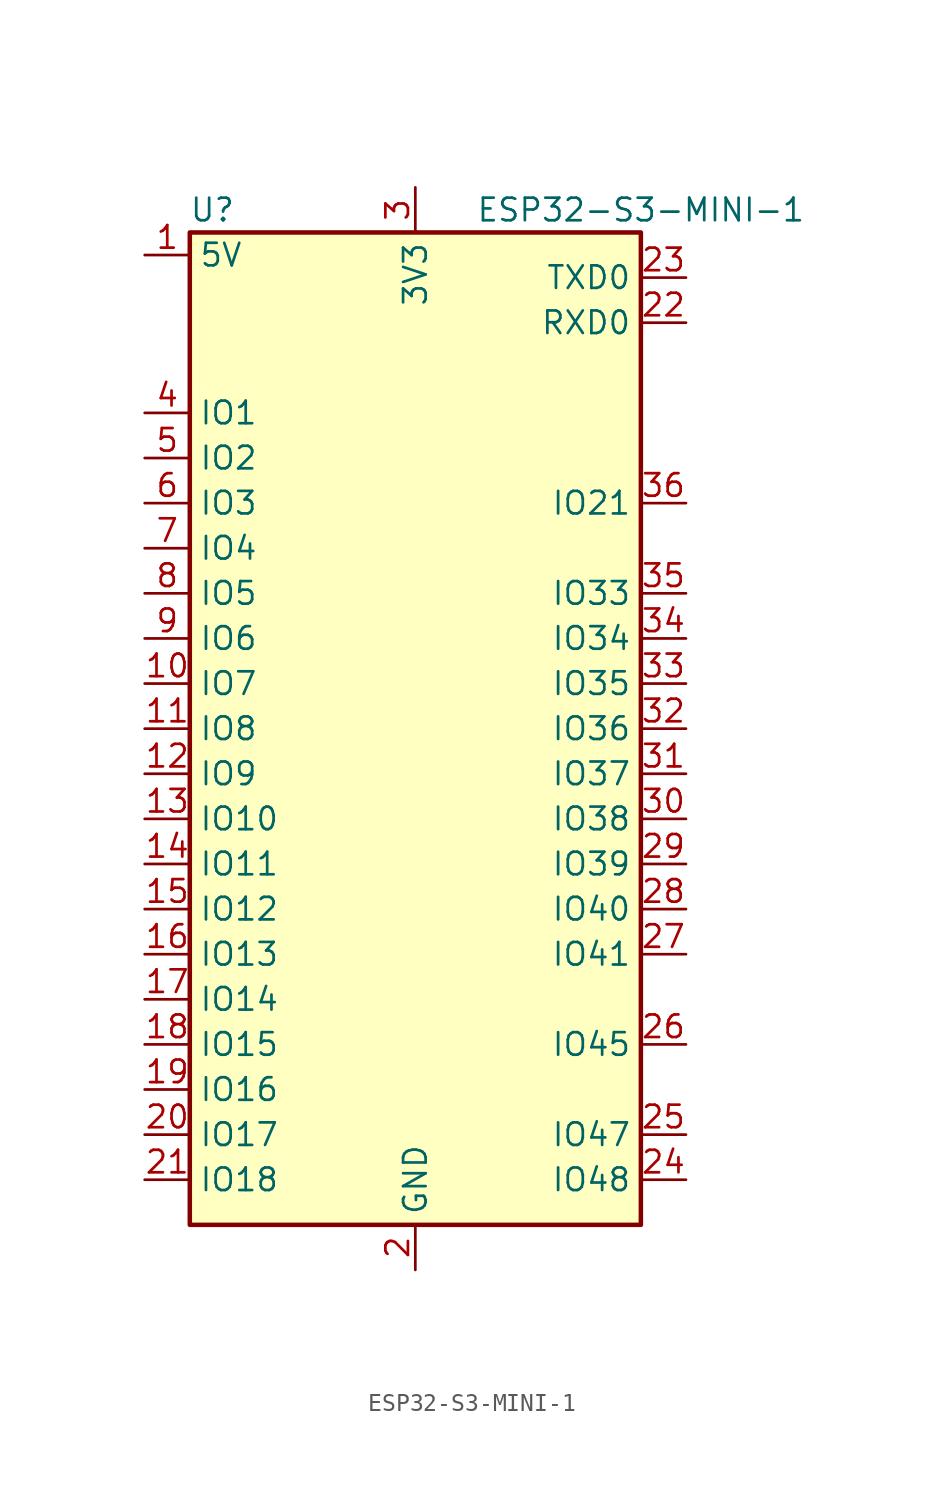
<source format=kicad_sym>
(kicad_symbol_lib
  (version 20241209)
  (generator "kicad_symbol_editor")
  (generator_version "9.0")
  (symbol "ESP32-S3-MINI-1"
    (property "Reference" "U"
      (at -11.43 29.21 0)
      (effects (font (size 1.27 1.27))))
    (property "Value" "ESP32-S3-MINI-1"
      (at 12.7 29.21 0)
      (effects (font (size 1.27 1.27))))
    (symbol "ESP32-S3-MINI-1_0_1"
      (rectangle (start -12.7 27.94) (end 12.7 -27.94) (stroke (width 0.254) (type default)) (fill (type background))))
    (symbol "ESP32-S3-MINI-1_1_1"
      (pin bidirectional line (at -15.24 26.67 0) (length 2.54) (name "5V" (effects (font (size 1.27 1.27)))) (number "1" (effects (font (size 1.27 1.27)))))
      (pin bidirectional line (at -15.24 17.78 0) (length 2.54) (name "IO1" (effects (font (size 1.27 1.27)))) (number "4" (effects (font (size 1.27 1.27)))))
      (pin bidirectional line (at -15.24 15.24 0) (length 2.54) (name "IO2" (effects (font (size 1.27 1.27)))) (number "5" (effects (font (size 1.27 1.27)))))
      (pin bidirectional line (at -15.24 12.7 0) (length 2.54) (name "IO3" (effects (font (size 1.27 1.27)))) (number "6" (effects (font (size 1.27 1.27)))))
      (pin bidirectional line (at -15.24 10.16 0) (length 2.54) (name "IO4" (effects (font (size 1.27 1.27)))) (number "7" (effects (font (size 1.27 1.27)))))
      (pin bidirectional line (at -15.24 7.62 0) (length 2.54) (name "IO5" (effects (font (size 1.27 1.27)))) (number "8" (effects (font (size 1.27 1.27)))))
      (pin bidirectional line (at -15.24 5.08 0) (length 2.54) (name "IO6" (effects (font (size 1.27 1.27)))) (number "9" (effects (font (size 1.27 1.27)))))
      (pin bidirectional line (at -15.24 2.54 0) (length 2.54) (name "IO7" (effects (font (size 1.27 1.27)))) (number "10" (effects (font (size 1.27 1.27)))))
      (pin bidirectional line (at -15.24 0 0) (length 2.54) (name "IO8" (effects (font (size 1.27 1.27)))) (number "11" (effects (font (size 1.27 1.27)))))
      (pin bidirectional line (at -15.24 -2.54 0) (length 2.54) (name "IO9" (effects (font (size 1.27 1.27)))) (number "12" (effects (font (size 1.27 1.27)))))
      (pin bidirectional line (at -15.24 -5.08 0) (length 2.54) (name "IO10" (effects (font (size 1.27 1.27)))) (number "13" (effects (font (size 1.27 1.27)))))
      (pin bidirectional line (at -15.24 -7.62 0) (length 2.54) (name "IO11" (effects (font (size 1.27 1.27)))) (number "14" (effects (font (size 1.27 1.27)))))
      (pin bidirectional line (at -15.24 -10.16 0) (length 2.54) (name "IO12" (effects (font (size 1.27 1.27)))) (number "15" (effects (font (size 1.27 1.27)))))
      (pin bidirectional line (at -15.24 -12.7 0) (length 2.54) (name "IO13" (effects (font (size 1.27 1.27)))) (number "16" (effects (font (size 1.27 1.27)))))
      (pin bidirectional line (at -15.24 -15.24 0) (length 2.54) (name "IO14" (effects (font (size 1.27 1.27)))) (number "17" (effects (font (size 1.27 1.27)))))
      (pin bidirectional line (at -15.24 -17.78 0) (length 2.54) (name "IO15" (effects (font (size 1.27 1.27)))) (number "18" (effects (font (size 1.27 1.27)))))
      (pin bidirectional line (at -15.24 -20.32 0) (length 2.54) (name "IO16" (effects (font (size 1.27 1.27)))) (number "19" (effects (font (size 1.27 1.27)))))
      (pin bidirectional line (at -15.24 -22.86 0) (length 2.54) (name "IO17" (effects (font (size 1.27 1.27)))) (number "20" (effects (font (size 1.27 1.27)))))
      (pin bidirectional line (at -15.24 -25.4 0) (length 2.54) (name "IO18" (effects (font (size 1.27 1.27)))) (number "21" (effects (font (size 1.27 1.27)))))
      (pin power_in line (at 0 30.48 270) (length 2.54) (name "3V3" (effects (font (size 1.27 1.27)))) (number "3" (effects (font (size 1.27 1.27)))))
      (pin passive line (at 0 -30.48 90) (length 2.54) (hide yes) (name "GND" (effects (font (size 1.27 1.27)))) (number "2" (effects (font (size 1.27 1.27)))))
      (pin power_in line (at 0 -30.48 90) (length 2.54) (name "GND" (effects (font (size 1.27 1.27)))) (number "2" (effects (font (size 1.27 1.27)))))
      (pin passive line (at 0 -30.48 90) (length 2.54) (hide yes) (name "GND" (effects (font (size 1.27 1.27)))) (number "42" (effects (font (size 1.27 1.27)))))
      (pin passive line (at 0 -30.48 90) (length 2.54) (hide yes) (name "GND" (effects (font (size 1.27 1.27)))) (number "43" (effects (font (size 1.27 1.27)))))
      (pin passive line (at 0 -30.48 90) (length 2.54) (hide yes) (name "GND" (effects (font (size 1.27 1.27)))) (number "46" (effects (font (size 1.27 1.27)))))
      (pin passive line (at 0 -30.48 90) (length 2.54) (hide yes) (name "GND" (effects (font (size 1.27 1.27)))) (number "47" (effects (font (size 1.27 1.27)))))
      (pin passive line (at 0 -30.48 90) (length 2.54) (hide yes) (name "GND" (effects (font (size 1.27 1.27)))) (number "48" (effects (font (size 1.27 1.27)))))
      (pin passive line (at 0 -30.48 90) (length 2.54) (hide yes) (name "GND" (effects (font (size 1.27 1.27)))) (number "49" (effects (font (size 1.27 1.27)))))
      (pin passive line (at 0 -30.48 90) (length 2.54) (hide yes) (name "GND" (effects (font (size 1.27 1.27)))) (number "50" (effects (font (size 1.27 1.27)))))
      (pin passive line (at 0 -30.48 90) (length 2.54) (hide yes) (name "GND" (effects (font (size 1.27 1.27)))) (number "51" (effects (font (size 1.27 1.27)))))
      (pin passive line (at 0 -30.48 90) (length 2.54) (hide yes) (name "GND" (effects (font (size 1.27 1.27)))) (number "52" (effects (font (size 1.27 1.27)))))
      (pin passive line (at 0 -30.48 90) (length 2.54) (hide yes) (name "GND" (effects (font (size 1.27 1.27)))) (number "53" (effects (font (size 1.27 1.27)))))
      (pin passive line (at 0 -30.48 90) (length 2.54) (hide yes) (name "GND" (effects (font (size 1.27 1.27)))) (number "54" (effects (font (size 1.27 1.27)))))
      (pin passive line (at 0 -30.48 90) (length 2.54) (hide yes) (name "GND" (effects (font (size 1.27 1.27)))) (number "55" (effects (font (size 1.27 1.27)))))
      (pin passive line (at 0 -30.48 90) (length 2.54) (hide yes) (name "GND" (effects (font (size 1.27 1.27)))) (number "56" (effects (font (size 1.27 1.27)))))
      (pin passive line (at 0 -30.48 90) (length 2.54) (hide yes) (name "GND" (effects (font (size 1.27 1.27)))) (number "57" (effects (font (size 1.27 1.27)))))
      (pin passive line (at 0 -30.48 90) (length 2.54) (hide yes) (name "GND" (effects (font (size 1.27 1.27)))) (number "58" (effects (font (size 1.27 1.27)))))
      (pin passive line (at 0 -30.48 90) (length 2.54) (hide yes) (name "GND" (effects (font (size 1.27 1.27)))) (number "59" (effects (font (size 1.27 1.27)))))
      (pin passive line (at 0 -30.48 90) (length 2.54) (hide yes) (name "GND" (effects (font (size 1.27 1.27)))) (number "60" (effects (font (size 1.27 1.27)))))
      (pin passive line (at 0 -30.48 90) (length 2.54) (hide yes) (name "GND" (effects (font (size 1.27 1.27)))) (number "61" (effects (font (size 1.27 1.27)))))
      (pin passive line (at 0 -30.48 90) (length 2.54) (hide yes) (name "GND" (effects (font (size 1.27 1.27)))) (number "62" (effects (font (size 1.27 1.27)))))
      (pin passive line (at 0 -30.48 90) (length 2.54) (hide yes) (name "GND" (effects (font (size 1.27 1.27)))) (number "63" (effects (font (size 1.27 1.27)))))
      (pin passive line (at 0 -30.48 90) (length 2.54) (hide yes) (name "GND" (effects (font (size 1.27 1.27)))) (number "64" (effects (font (size 1.27 1.27)))))
      (pin passive line (at 0 -30.48 90) (length 2.54) (hide yes) (name "GND" (effects (font (size 1.27 1.27)))) (number "65" (effects (font (size 1.27 1.27)))))
      (pin bidirectional line (at 15.24 25.4 180) (length 2.54) (name "TXD0" (effects (font (size 1.27 1.27)))) (number "23" (effects (font (size 1.27 1.27)))))
      (pin bidirectional line (at 15.24 22.86 180) (length 2.54) (name "RXD0" (effects (font (size 1.27 1.27)))) (number "22" (effects (font (size 1.27 1.27)))))
      (pin bidirectional line (at 15.24 12.7 180) (length 2.54) (name "IO21" (effects (font (size 1.27 1.27)))) (number "36" (effects (font (size 1.27 1.27)))))
      (pin bidirectional line (at 15.24 7.62 180) (length 2.54) (name "IO33" (effects (font (size 1.27 1.27)))) (number "35" (effects (font (size 1.27 1.27)))))
      (pin bidirectional line (at 15.24 5.08 180) (length 2.54) (name "IO34" (effects (font (size 1.27 1.27)))) (number "34" (effects (font (size 1.27 1.27)))))
      (pin bidirectional line (at 15.24 2.54 180) (length 2.54) (name "IO35" (effects (font (size 1.27 1.27)))) (number "33" (effects (font (size 1.27 1.27)))))
      (pin bidirectional line (at 15.24 0 180) (length 2.54) (name "IO36" (effects (font (size 1.27 1.27)))) (number "32" (effects (font (size 1.27 1.27)))))
      (pin bidirectional line (at 15.24 -2.54 180) (length 2.54) (name "IO37" (effects (font (size 1.27 1.27)))) (number "31" (effects (font (size 1.27 1.27)))))
      (pin bidirectional line (at 15.24 -5.08 180) (length 2.54) (name "IO38" (effects (font (size 1.27 1.27)))) (number "30" (effects (font (size 1.27 1.27)))))
      (pin bidirectional line (at 15.24 -7.62 180) (length 2.54) (name "IO39" (effects (font (size 1.27 1.27)))) (number "29" (effects (font (size 1.27 1.27)))))
      (pin bidirectional line (at 15.24 -10.16 180) (length 2.54) (name "IO40" (effects (font (size 1.27 1.27)))) (number "28" (effects (font (size 1.27 1.27)))))
      (pin bidirectional line (at 15.24 -12.7 180) (length 2.54) (name "IO41" (effects (font (size 1.27 1.27)))) (number "27" (effects (font (size 1.27 1.27)))))
      (pin bidirectional line (at 15.24 -17.78 180) (length 2.54) (name "IO45" (effects (font (size 1.27 1.27)))) (number "26" (effects (font (size 1.27 1.27)))))
      (pin bidirectional line (at 15.24 -22.86 180) (length 2.54) (name "IO47" (effects (font (size 1.27 1.27)))) (number "25" (effects (font (size 1.27 1.27)))))
      (pin bidirectional line (at 15.24 -25.4 180) (length 2.54) (name "IO48" (effects (font (size 1.27 1.27)))) (number "24" (effects (font (size 1.27 1.27))))))))
</source>
